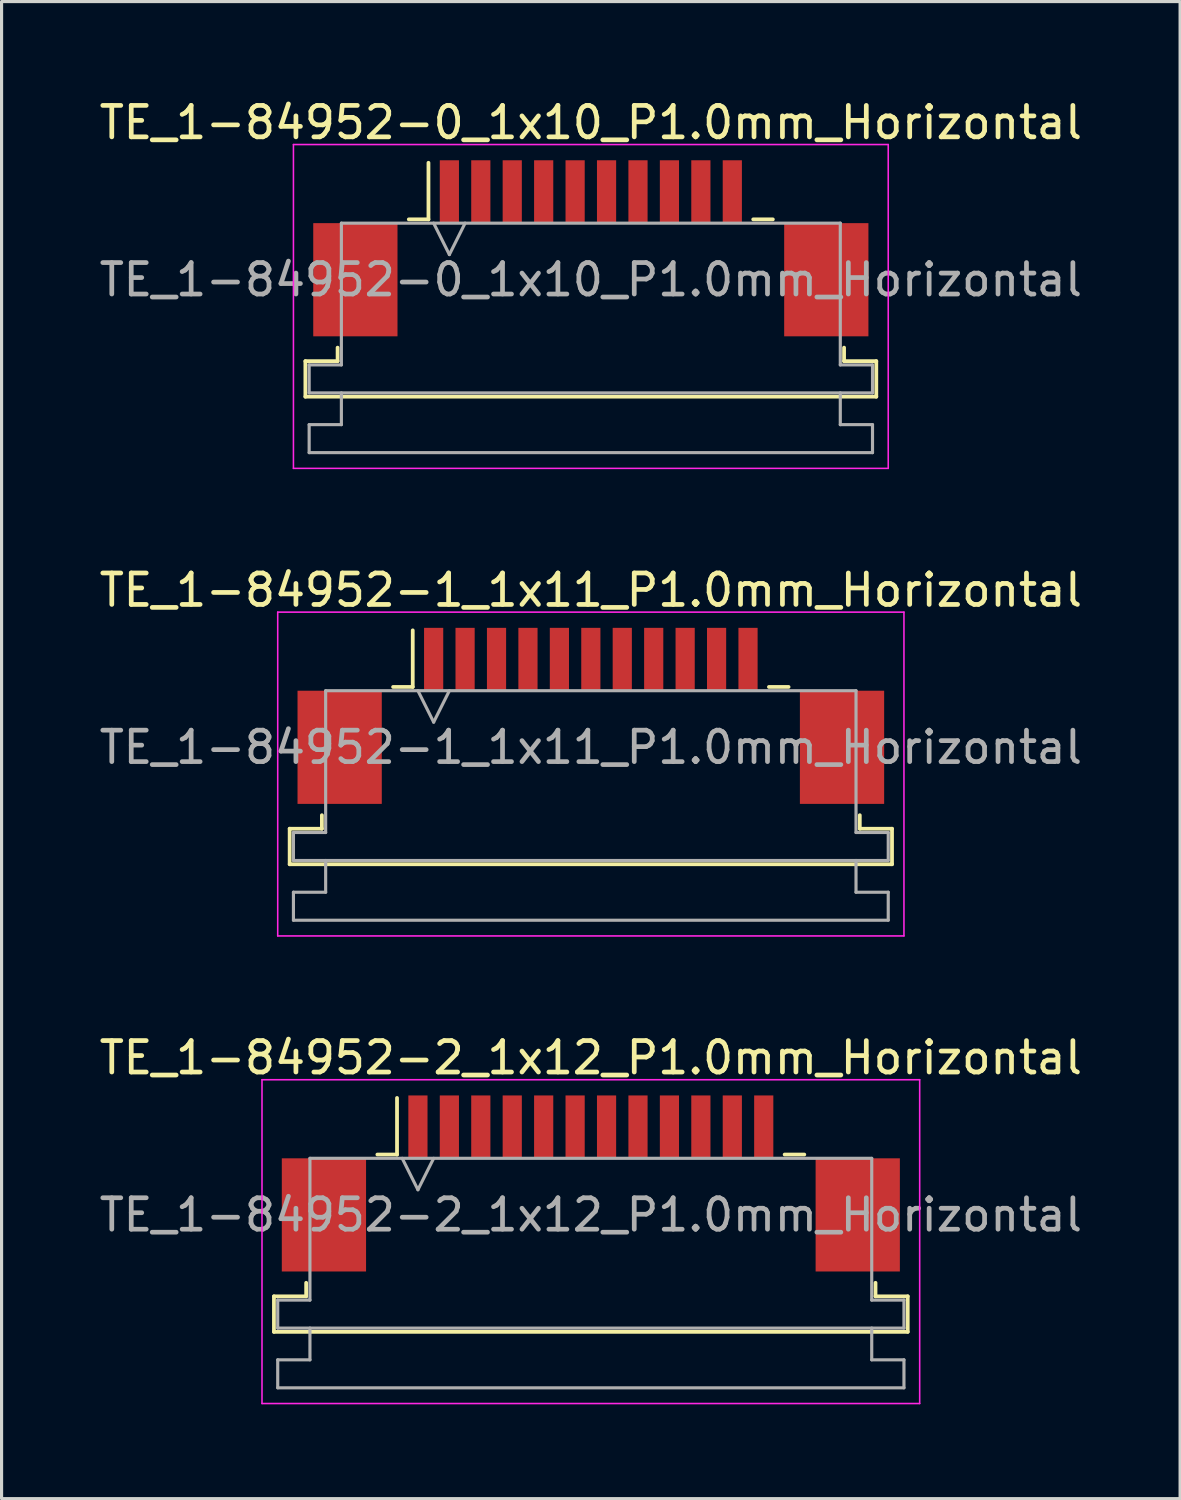
<source format=kicad_pcb>
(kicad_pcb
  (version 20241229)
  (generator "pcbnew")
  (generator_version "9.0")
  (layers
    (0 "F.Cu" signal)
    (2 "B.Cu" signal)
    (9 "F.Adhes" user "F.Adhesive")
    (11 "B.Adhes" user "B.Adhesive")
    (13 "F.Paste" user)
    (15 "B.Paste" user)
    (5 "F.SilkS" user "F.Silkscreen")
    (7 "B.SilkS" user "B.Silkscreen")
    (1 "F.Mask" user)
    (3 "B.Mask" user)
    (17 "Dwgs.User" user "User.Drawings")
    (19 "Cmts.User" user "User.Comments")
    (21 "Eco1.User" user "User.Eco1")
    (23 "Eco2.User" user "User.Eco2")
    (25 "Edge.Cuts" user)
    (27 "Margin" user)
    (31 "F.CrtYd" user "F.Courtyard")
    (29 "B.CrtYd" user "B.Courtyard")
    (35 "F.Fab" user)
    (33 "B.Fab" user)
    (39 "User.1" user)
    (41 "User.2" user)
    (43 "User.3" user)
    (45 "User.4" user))
  (footprint "TE_1-84952-0_1x10_P1.0mm_Horizontal"
    (layer "F.Cu")
    (at 15.744 4.848)
    (property "Reference" "TE_1-84952-0_1x10_P1.0mm_Horizontal" (at 0 -4 0) (layer "F.SilkS") (effects (font (size 1 1) (thickness 0.15))))
    (attr smd)
    (fp_line (start -9.08 3.59) (end -8.055 3.59) (stroke (width 0.12) (type solid)) (layer "F.SilkS"))
    (fp_line (start -9.08 4.72) (end -9.08 3.59) (stroke (width 0.12) (type solid)) (layer "F.SilkS"))
    (fp_line (start -8.055 3.59) (end -8.055 3.16) (stroke (width 0.12) (type solid)) (layer "F.SilkS"))
    (fp_line (start -5.79 -0.92) (end -5.165 -0.92) (stroke (width 0.12) (type solid)) (layer "F.SilkS"))
    (fp_line (start -5.165 -0.92) (end -5.165 -2.72) (stroke (width 0.12) (type solid)) (layer "F.SilkS"))
    (fp_line (start 5.165 -0.92) (end 5.79 -0.92) (stroke (width 0.12) (type solid)) (layer "F.SilkS"))
    (fp_line (start 8.055 3.16) (end 8.055 3.59) (stroke (width 0.12) (type solid)) (layer "F.SilkS"))
    (fp_line (start 8.055 3.59) (end 9.08 3.59) (stroke (width 0.12) (type solid)) (layer "F.SilkS"))
    (fp_line (start 9.08 3.59) (end 9.08 4.72) (stroke (width 0.12) (type solid)) (layer "F.SilkS"))
    (fp_line (start 9.08 4.72) (end -9.08 4.72) (stroke (width 0.12) (type solid)) (layer "F.SilkS"))
    (fp_line (start -9.46 -3.3) (end -9.46 7) (stroke (width 0.05) (type solid)) (layer "F.CrtYd"))
    (fp_line (start -9.46 7) (end 9.46 7) (stroke (width 0.05) (type solid)) (layer "F.CrtYd"))
    (fp_line (start 9.46 -3.3) (end -9.46 -3.3) (stroke (width 0.05) (type solid)) (layer "F.CrtYd"))
    (fp_line (start 9.46 7) (end 9.46 -3.3) (stroke (width 0.05) (type solid)) (layer "F.CrtYd"))
    (fp_line (start -8.96 3.71) (end -7.935 3.71) (stroke (width 0.1) (type solid)) (layer "F.Fab"))
    (fp_line (start -8.96 4.6) (end -8.96 3.71) (stroke (width 0.1) (type solid)) (layer "F.Fab"))
    (fp_line (start -8.96 5.61) (end -7.935 5.61) (stroke (width 0.1) (type solid)) (layer "F.Fab"))
    (fp_line (start -8.96 6.5) (end -8.96 5.61) (stroke (width 0.1) (type solid)) (layer "F.Fab"))
    (fp_line (start -7.935 -0.8) (end 7.935 -0.8) (stroke (width 0.1) (type solid)) (layer "F.Fab"))
    (fp_line (start -7.935 3.71) (end -7.935 -0.8) (stroke (width 0.1) (type solid)) (layer "F.Fab"))
    (fp_line (start -7.935 5.61) (end -7.935 4.6) (stroke (width 0.1) (type solid)) (layer "F.Fab"))
    (fp_line (start -5 -0.8) (end -4.5 0.2) (stroke (width 0.1) (type solid)) (layer "F.Fab"))
    (fp_line (start -4.5 0.2) (end -4 -0.8) (stroke (width 0.1) (type solid)) (layer "F.Fab"))
    (fp_line (start 7.935 -0.8) (end 7.935 3.71) (stroke (width 0.1) (type solid)) (layer "F.Fab"))
    (fp_line (start 7.935 3.71) (end 8.96 3.71) (stroke (width 0.1) (type solid)) (layer "F.Fab"))
    (fp_line (start 7.935 4.6) (end 7.935 5.61) (stroke (width 0.1) (type solid)) (layer "F.Fab"))
    (fp_line (start 7.935 5.61) (end 8.96 5.61) (stroke (width 0.1) (type solid)) (layer "F.Fab"))
    (fp_line (start 8.96 3.71) (end 8.96 4.6) (stroke (width 0.1) (type solid)) (layer "F.Fab"))
    (fp_line (start 8.96 4.6) (end -8.96 4.6) (stroke (width 0.1) (type solid)) (layer "F.Fab"))
    (fp_line (start 8.96 5.61) (end 8.96 6.5) (stroke (width 0.1) (type solid)) (layer "F.Fab"))
    (fp_line (start 8.96 6.5) (end -8.96 6.5) (stroke (width 0.1) (type solid)) (layer "F.Fab"))
    (fp_text user "${REFERENCE}" (at 0 1 0) (layer "F.Fab") (effects (font (size 1 1) (thickness 0.15))))
    (pad "" smd rect (at -7.49 1) (size 2.68 3.6) (layers "F.Cu" "F.Mask" "F.Paste"))
    (pad "" smd rect (at 7.49 1) (size 2.68 3.6) (layers "F.Cu" "F.Mask" "F.Paste"))
    (pad "1" smd rect (at -4.5 -1.8) (size 0.61 2) (layers "F.Cu" "F.Mask" "F.Paste"))
    (pad "2" smd rect (at -3.5 -1.8) (size 0.61 2) (layers "F.Cu" "F.Mask" "F.Paste"))
    (pad "3" smd rect (at -2.5 -1.8) (size 0.61 2) (layers "F.Cu" "F.Mask" "F.Paste"))
    (pad "4" smd rect (at -1.5 -1.8) (size 0.61 2) (layers "F.Cu" "F.Mask" "F.Paste"))
    (pad "5" smd rect (at -0.5 -1.8) (size 0.61 2) (layers "F.Cu" "F.Mask" "F.Paste"))
    (pad "6" smd rect (at 0.5 -1.8) (size 0.61 2) (layers "F.Cu" "F.Mask" "F.Paste"))
    (pad "7" smd rect (at 1.5 -1.8) (size 0.61 2) (layers "F.Cu" "F.Mask" "F.Paste"))
    (pad "8" smd rect (at 2.5 -1.8) (size 0.61 2) (layers "F.Cu" "F.Mask" "F.Paste"))
    (pad "9" smd rect (at 3.5 -1.8) (size 0.61 2) (layers "F.Cu" "F.Mask" "F.Paste"))
    (pad "10" smd rect (at 4.5 -1.8) (size 0.61 2) (layers "F.Cu" "F.Mask" "F.Paste")))
  (footprint "TE_1-84952-2_1x12_P1.0mm_Horizontal"
    (layer "F.Cu")
    (at 15.744 34.595)
    (property "Reference" "TE_1-84952-2_1x12_P1.0mm_Horizontal" (at 0 -4 0) (layer "F.SilkS") (effects (font (size 1 1) (thickness 0.15))))
    (attr smd)
    (fp_line (start -10.08 3.59) (end -9.055 3.59) (stroke (width 0.12) (type solid)) (layer "F.SilkS"))
    (fp_line (start -10.08 4.72) (end -10.08 3.59) (stroke (width 0.12) (type solid)) (layer "F.SilkS"))
    (fp_line (start -9.055 3.59) (end -9.055 3.16) (stroke (width 0.12) (type solid)) (layer "F.SilkS"))
    (fp_line (start -6.79 -0.92) (end -6.165 -0.92) (stroke (width 0.12) (type solid)) (layer "F.SilkS"))
    (fp_line (start -6.165 -0.92) (end -6.165 -2.72) (stroke (width 0.12) (type solid)) (layer "F.SilkS"))
    (fp_line (start 6.165 -0.92) (end 6.79 -0.92) (stroke (width 0.12) (type solid)) (layer "F.SilkS"))
    (fp_line (start 9.055 3.16) (end 9.055 3.59) (stroke (width 0.12) (type solid)) (layer "F.SilkS"))
    (fp_line (start 9.055 3.59) (end 10.08 3.59) (stroke (width 0.12) (type solid)) (layer "F.SilkS"))
    (fp_line (start 10.08 3.59) (end 10.08 4.72) (stroke (width 0.12) (type solid)) (layer "F.SilkS"))
    (fp_line (start 10.08 4.72) (end -10.08 4.72) (stroke (width 0.12) (type solid)) (layer "F.SilkS"))
    (fp_line (start -10.46 -3.3) (end -10.46 7) (stroke (width 0.05) (type solid)) (layer "F.CrtYd"))
    (fp_line (start -10.46 7) (end 10.46 7) (stroke (width 0.05) (type solid)) (layer "F.CrtYd"))
    (fp_line (start 10.46 -3.3) (end -10.46 -3.3) (stroke (width 0.05) (type solid)) (layer "F.CrtYd"))
    (fp_line (start 10.46 7) (end 10.46 -3.3) (stroke (width 0.05) (type solid)) (layer "F.CrtYd"))
    (fp_line (start -9.96 3.71) (end -8.935 3.71) (stroke (width 0.1) (type solid)) (layer "F.Fab"))
    (fp_line (start -9.96 4.6) (end -9.96 3.71) (stroke (width 0.1) (type solid)) (layer "F.Fab"))
    (fp_line (start -9.96 5.61) (end -8.935 5.61) (stroke (width 0.1) (type solid)) (layer "F.Fab"))
    (fp_line (start -9.96 6.5) (end -9.96 5.61) (stroke (width 0.1) (type solid)) (layer "F.Fab"))
    (fp_line (start -8.935 -0.8) (end 8.935 -0.8) (stroke (width 0.1) (type solid)) (layer "F.Fab"))
    (fp_line (start -8.935 3.71) (end -8.935 -0.8) (stroke (width 0.1) (type solid)) (layer "F.Fab"))
    (fp_line (start -8.935 5.61) (end -8.935 4.6) (stroke (width 0.1) (type solid)) (layer "F.Fab"))
    (fp_line (start -6 -0.8) (end -5.5 0.2) (stroke (width 0.1) (type solid)) (layer "F.Fab"))
    (fp_line (start -5.5 0.2) (end -5 -0.8) (stroke (width 0.1) (type solid)) (layer "F.Fab"))
    (fp_line (start 8.935 -0.8) (end 8.935 3.71) (stroke (width 0.1) (type solid)) (layer "F.Fab"))
    (fp_line (start 8.935 3.71) (end 9.96 3.71) (stroke (width 0.1) (type solid)) (layer "F.Fab"))
    (fp_line (start 8.935 4.6) (end 8.935 5.61) (stroke (width 0.1) (type solid)) (layer "F.Fab"))
    (fp_line (start 8.935 5.61) (end 9.96 5.61) (stroke (width 0.1) (type solid)) (layer "F.Fab"))
    (fp_line (start 9.96 3.71) (end 9.96 4.6) (stroke (width 0.1) (type solid)) (layer "F.Fab"))
    (fp_line (start 9.96 4.6) (end -9.96 4.6) (stroke (width 0.1) (type solid)) (layer "F.Fab"))
    (fp_line (start 9.96 5.61) (end 9.96 6.5) (stroke (width 0.1) (type solid)) (layer "F.Fab"))
    (fp_line (start 9.96 6.5) (end -9.96 6.5) (stroke (width 0.1) (type solid)) (layer "F.Fab"))
    (fp_text user "${REFERENCE}" (at 0 1 0) (layer "F.Fab") (effects (font (size 1 1) (thickness 0.15))))
    (pad "" smd rect (at -8.49 1) (size 2.68 3.6) (layers "F.Cu" "F.Mask" "F.Paste"))
    (pad "" smd rect (at 8.49 1) (size 2.68 3.6) (layers "F.Cu" "F.Mask" "F.Paste"))
    (pad "1" smd rect (at -5.5 -1.8) (size 0.61 2) (layers "F.Cu" "F.Mask" "F.Paste"))
    (pad "2" smd rect (at -4.5 -1.8) (size 0.61 2) (layers "F.Cu" "F.Mask" "F.Paste"))
    (pad "3" smd rect (at -3.5 -1.8) (size 0.61 2) (layers "F.Cu" "F.Mask" "F.Paste"))
    (pad "4" smd rect (at -2.5 -1.8) (size 0.61 2) (layers "F.Cu" "F.Mask" "F.Paste"))
    (pad "5" smd rect (at -1.5 -1.8) (size 0.61 2) (layers "F.Cu" "F.Mask" "F.Paste"))
    (pad "6" smd rect (at -0.5 -1.8) (size 0.61 2) (layers "F.Cu" "F.Mask" "F.Paste"))
    (pad "7" smd rect (at 0.5 -1.8) (size 0.61 2) (layers "F.Cu" "F.Mask" "F.Paste"))
    (pad "8" smd rect (at 1.5 -1.8) (size 0.61 2) (layers "F.Cu" "F.Mask" "F.Paste"))
    (pad "9" smd rect (at 2.5 -1.8) (size 0.61 2) (layers "F.Cu" "F.Mask" "F.Paste"))
    (pad "10" smd rect (at 3.5 -1.8) (size 0.61 2) (layers "F.Cu" "F.Mask" "F.Paste"))
    (pad "11" smd rect (at 4.5 -1.8) (size 0.61 2) (layers "F.Cu" "F.Mask" "F.Paste"))
    (pad "12" smd rect (at 5.5 -1.8) (size 0.61 2) (layers "F.Cu" "F.Mask" "F.Paste")))
  (footprint "TE_1-84952-1_1x11_P1.0mm_Horizontal"
    (layer "F.Cu")
    (at 15.744 19.721)
    (property "Reference" "TE_1-84952-1_1x11_P1.0mm_Horizontal" (at 0 -4 0) (layer "F.SilkS") (effects (font (size 1 1) (thickness 0.15))))
    (attr smd)
    (fp_line (start -9.58 3.59) (end -8.555 3.59) (stroke (width 0.12) (type solid)) (layer "F.SilkS"))
    (fp_line (start -9.58 4.72) (end -9.58 3.59) (stroke (width 0.12) (type solid)) (layer "F.SilkS"))
    (fp_line (start -8.555 3.59) (end -8.555 3.16) (stroke (width 0.12) (type solid)) (layer "F.SilkS"))
    (fp_line (start -6.29 -0.92) (end -5.665 -0.92) (stroke (width 0.12) (type solid)) (layer "F.SilkS"))
    (fp_line (start -5.665 -0.92) (end -5.665 -2.72) (stroke (width 0.12) (type solid)) (layer "F.SilkS"))
    (fp_line (start 5.665 -0.92) (end 6.29 -0.92) (stroke (width 0.12) (type solid)) (layer "F.SilkS"))
    (fp_line (start 8.555 3.16) (end 8.555 3.59) (stroke (width 0.12) (type solid)) (layer "F.SilkS"))
    (fp_line (start 8.555 3.59) (end 9.58 3.59) (stroke (width 0.12) (type solid)) (layer "F.SilkS"))
    (fp_line (start 9.58 3.59) (end 9.58 4.72) (stroke (width 0.12) (type solid)) (layer "F.SilkS"))
    (fp_line (start 9.58 4.72) (end -9.58 4.72) (stroke (width 0.12) (type solid)) (layer "F.SilkS"))
    (fp_line (start -9.96 -3.3) (end -9.96 7) (stroke (width 0.05) (type solid)) (layer "F.CrtYd"))
    (fp_line (start -9.96 7) (end 9.96 7) (stroke (width 0.05) (type solid)) (layer "F.CrtYd"))
    (fp_line (start 9.96 -3.3) (end -9.96 -3.3) (stroke (width 0.05) (type solid)) (layer "F.CrtYd"))
    (fp_line (start 9.96 7) (end 9.96 -3.3) (stroke (width 0.05) (type solid)) (layer "F.CrtYd"))
    (fp_line (start -9.46 3.71) (end -8.435 3.71) (stroke (width 0.1) (type solid)) (layer "F.Fab"))
    (fp_line (start -9.46 4.6) (end -9.46 3.71) (stroke (width 0.1) (type solid)) (layer "F.Fab"))
    (fp_line (start -9.46 5.61) (end -8.435 5.61) (stroke (width 0.1) (type solid)) (layer "F.Fab"))
    (fp_line (start -9.46 6.5) (end -9.46 5.61) (stroke (width 0.1) (type solid)) (layer "F.Fab"))
    (fp_line (start -8.435 -0.8) (end 8.435 -0.8) (stroke (width 0.1) (type solid)) (layer "F.Fab"))
    (fp_line (start -8.435 3.71) (end -8.435 -0.8) (stroke (width 0.1) (type solid)) (layer "F.Fab"))
    (fp_line (start -8.435 5.61) (end -8.435 4.6) (stroke (width 0.1) (type solid)) (layer "F.Fab"))
    (fp_line (start -5.5 -0.8) (end -5 0.2) (stroke (width 0.1) (type solid)) (layer "F.Fab"))
    (fp_line (start -5 0.2) (end -4.5 -0.8) (stroke (width 0.1) (type solid)) (layer "F.Fab"))
    (fp_line (start 8.435 -0.8) (end 8.435 3.71) (stroke (width 0.1) (type solid)) (layer "F.Fab"))
    (fp_line (start 8.435 3.71) (end 9.46 3.71) (stroke (width 0.1) (type solid)) (layer "F.Fab"))
    (fp_line (start 8.435 4.6) (end 8.435 5.61) (stroke (width 0.1) (type solid)) (layer "F.Fab"))
    (fp_line (start 8.435 5.61) (end 9.46 5.61) (stroke (width 0.1) (type solid)) (layer "F.Fab"))
    (fp_line (start 9.46 3.71) (end 9.46 4.6) (stroke (width 0.1) (type solid)) (layer "F.Fab"))
    (fp_line (start 9.46 4.6) (end -9.46 4.6) (stroke (width 0.1) (type solid)) (layer "F.Fab"))
    (fp_line (start 9.46 5.61) (end 9.46 6.5) (stroke (width 0.1) (type solid)) (layer "F.Fab"))
    (fp_line (start 9.46 6.5) (end -9.46 6.5) (stroke (width 0.1) (type solid)) (layer "F.Fab"))
    (fp_text user "${REFERENCE}" (at 0 1 0) (layer "F.Fab") (effects (font (size 1 1) (thickness 0.15))))
    (pad "" smd rect (at -7.99 1) (size 2.68 3.6) (layers "F.Cu" "F.Mask" "F.Paste"))
    (pad "" smd rect (at 7.99 1) (size 2.68 3.6) (layers "F.Cu" "F.Mask" "F.Paste"))
    (pad "1" smd rect (at -5 -1.8) (size 0.61 2) (layers "F.Cu" "F.Mask" "F.Paste"))
    (pad "2" smd rect (at -4 -1.8) (size 0.61 2) (layers "F.Cu" "F.Mask" "F.Paste"))
    (pad "3" smd rect (at -3 -1.8) (size 0.61 2) (layers "F.Cu" "F.Mask" "F.Paste"))
    (pad "4" smd rect (at -2 -1.8) (size 0.61 2) (layers "F.Cu" "F.Mask" "F.Paste"))
    (pad "5" smd rect (at -1 -1.8) (size 0.61 2) (layers "F.Cu" "F.Mask" "F.Paste"))
    (pad "6" smd rect (at 0 -1.8) (size 0.61 2) (layers "F.Cu" "F.Mask" "F.Paste"))
    (pad "7" smd rect (at 1 -1.8) (size 0.61 2) (layers "F.Cu" "F.Mask" "F.Paste"))
    (pad "8" smd rect (at 2 -1.8) (size 0.61 2) (layers "F.Cu" "F.Mask" "F.Paste"))
    (pad "9" smd rect (at 3 -1.8) (size 0.61 2) (layers "F.Cu" "F.Mask" "F.Paste"))
    (pad "10" smd rect (at 4 -1.8) (size 0.61 2) (layers "F.Cu" "F.Mask" "F.Paste"))
    (pad "11" smd rect (at 5 -1.8) (size 0.61 2) (layers "F.Cu" "F.Mask" "F.Paste")))
  (gr_rect
    (start -3 -3)
    (end 34.488 44.62)
    (stroke (width 0.1) (type default))
    (fill no)
    (layer "Edge.Cuts")))
</source>
